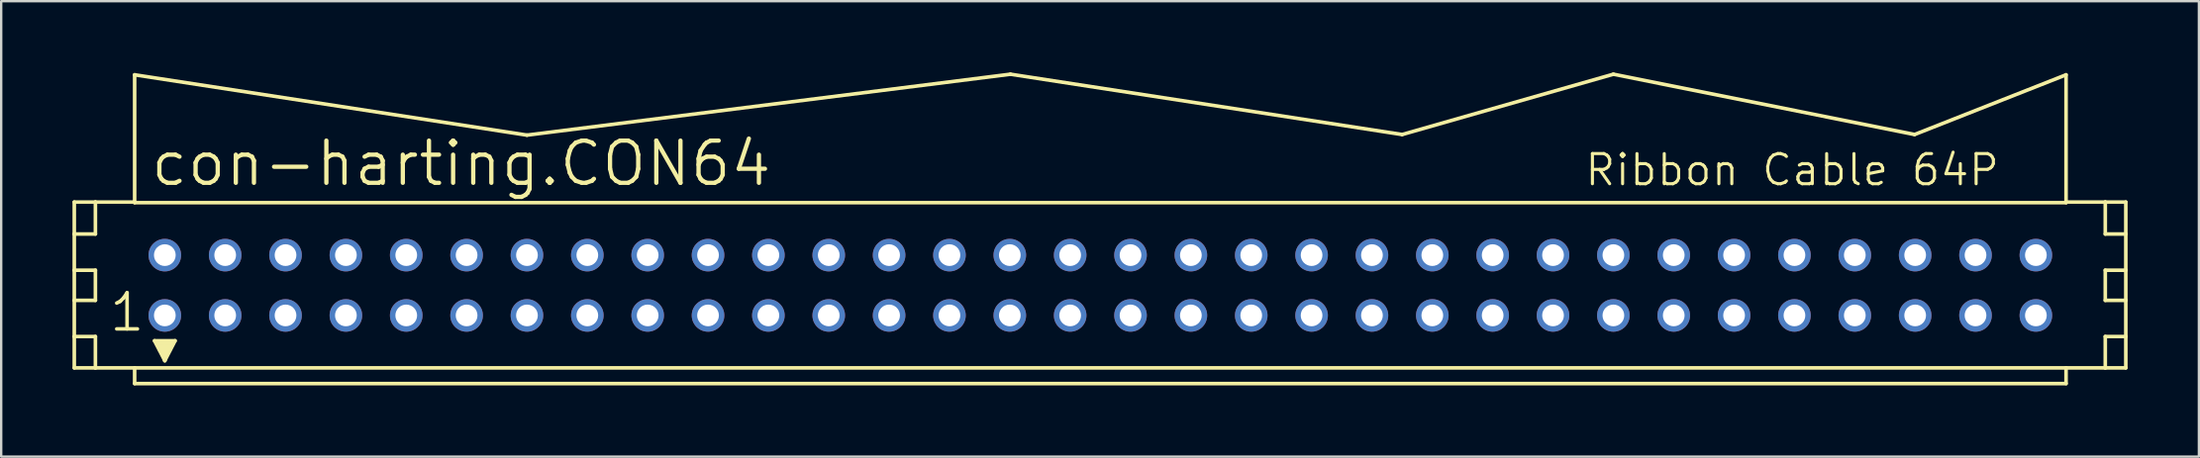
<source format=kicad_pcb>
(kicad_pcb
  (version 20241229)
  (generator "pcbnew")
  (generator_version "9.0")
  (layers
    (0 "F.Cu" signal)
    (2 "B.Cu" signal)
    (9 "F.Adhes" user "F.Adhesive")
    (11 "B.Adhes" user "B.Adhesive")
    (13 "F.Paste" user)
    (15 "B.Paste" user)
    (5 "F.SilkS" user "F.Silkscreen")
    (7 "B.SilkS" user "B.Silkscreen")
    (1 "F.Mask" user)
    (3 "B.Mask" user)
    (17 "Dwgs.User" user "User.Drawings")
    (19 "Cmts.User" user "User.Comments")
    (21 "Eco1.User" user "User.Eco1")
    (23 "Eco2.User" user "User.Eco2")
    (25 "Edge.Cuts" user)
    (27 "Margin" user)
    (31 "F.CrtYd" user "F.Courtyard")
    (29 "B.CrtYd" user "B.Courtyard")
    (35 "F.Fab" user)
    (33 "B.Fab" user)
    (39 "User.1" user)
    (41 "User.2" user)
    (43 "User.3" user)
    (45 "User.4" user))
  (footprint "con-harting.CON64"
    (layer "F.Cu")
    (at 43.256 8.966)
    (property "Reference" "con-harting.CON64" (at -40.056 -4.089 0) (layer "F.SilkS") (effects (font (size 1.778 1.778) (thickness 0.18)) (justify left bottom)))
    (attr through_hole)
    (fp_line (start -43.18 -3.505) (end -43.18 -2.159) (stroke (width 0.152) (type default)) (layer "F.SilkS"))
    (fp_line (start -43.18 -2.159) (end -43.18 -0.635) (stroke (width 0.152) (type default)) (layer "F.SilkS"))
    (fp_line (start -43.18 -2.159) (end -42.291 -2.159) (stroke (width 0.152) (type default)) (layer "F.SilkS"))
    (fp_line (start -43.18 -0.635) (end -43.18 0.635) (stroke (width 0.152) (type default)) (layer "F.SilkS"))
    (fp_line (start -43.18 -0.635) (end -42.291 -0.635) (stroke (width 0.152) (type default)) (layer "F.SilkS"))
    (fp_line (start -43.18 0.635) (end -43.18 2.159) (stroke (width 0.152) (type default)) (layer "F.SilkS"))
    (fp_line (start -43.18 0.635) (end -42.291 0.635) (stroke (width 0.152) (type default)) (layer "F.SilkS"))
    (fp_line (start -43.18 2.159) (end -43.18 3.48) (stroke (width 0.152) (type default)) (layer "F.SilkS"))
    (fp_line (start -43.18 2.159) (end -42.291 2.159) (stroke (width 0.152) (type default)) (layer "F.SilkS"))
    (fp_line (start -43.18 3.48) (end -42.291 3.48) (stroke (width 0.152) (type default)) (layer "F.SilkS"))
    (fp_line (start -42.291 -3.505) (end -43.18 -3.505) (stroke (width 0.152) (type default)) (layer "F.SilkS"))
    (fp_line (start -42.291 -3.505) (end -42.291 -2.159) (stroke (width 0.152) (type default)) (layer "F.SilkS"))
    (fp_line (start -42.291 -0.635) (end -42.291 0.635) (stroke (width 0.152) (type default)) (layer "F.SilkS"))
    (fp_line (start -42.291 2.159) (end -42.291 3.48) (stroke (width 0.152) (type default)) (layer "F.SilkS"))
    (fp_line (start -42.291 3.48) (end -40.64 3.48) (stroke (width 0.152) (type default)) (layer "F.SilkS"))
    (fp_line (start -40.64 -8.865) (end -24.13 -6.325) (stroke (width 0.152) (type default)) (layer "F.SilkS"))
    (fp_line (start -40.64 -3.505) (end -42.291 -3.505) (stroke (width 0.152) (type default)) (layer "F.SilkS"))
    (fp_line (start -40.64 -3.505) (end -40.64 -8.865) (stroke (width 0.152) (type default)) (layer "F.SilkS"))
    (fp_line (start -40.64 -3.48) (end -40.64 -3.505) (stroke (width 0.152) (type default)) (layer "F.SilkS"))
    (fp_line (start -40.64 3.48) (end -40.64 4.14) (stroke (width 0.152) (type default)) (layer "F.SilkS"))
    (fp_line (start -40.64 3.48) (end 40.64 3.48) (stroke (width 0.152) (type default)) (layer "F.SilkS"))
    (fp_line (start -40.64 4.14) (end 40.64 4.14) (stroke (width 0.152) (type default)) (layer "F.SilkS"))
    (fp_line (start -39.802 2.337) (end -38.938 2.337) (stroke (width 0.152) (type default)) (layer "F.SilkS"))
    (fp_line (start -39.37 3.175) (end -39.802 2.337) (stroke (width 0.152) (type default)) (layer "F.SilkS"))
    (fp_line (start -39.37 3.175) (end -39.37 2.921) (stroke (width 0.152) (type default)) (layer "F.SilkS"))
    (fp_line (start -38.938 2.337) (end -39.37 3.175) (stroke (width 0.152) (type default)) (layer "F.SilkS"))
    (fp_line (start -24.13 -6.325) (end -3.785 -8.89) (stroke (width 0.152) (type default)) (layer "F.SilkS"))
    (fp_line (start 12.7 -6.35) (end -3.785 -8.89) (stroke (width 0.152) (type default)) (layer "F.SilkS"))
    (fp_line (start 21.59 -8.89) (end 12.7 -6.35) (stroke (width 0.152) (type default)) (layer "F.SilkS"))
    (fp_line (start 34.265 -6.35) (end 21.59 -8.89) (stroke (width 0.152) (type default)) (layer "F.SilkS"))
    (fp_line (start 40.64 -8.865) (end 34.265 -6.35) (stroke (width 0.152) (type default)) (layer "F.SilkS"))
    (fp_line (start 40.64 -8.865) (end 40.64 -3.505) (stroke (width 0.152) (type default)) (layer "F.SilkS"))
    (fp_line (start 40.64 -3.505) (end 40.64 -3.48) (stroke (width 0.152) (type default)) (layer "F.SilkS"))
    (fp_line (start 40.64 -3.48) (end -40.64 -3.48) (stroke (width 0.152) (type default)) (layer "F.SilkS"))
    (fp_line (start 40.64 3.48) (end 42.291 3.48) (stroke (width 0.152) (type default)) (layer "F.SilkS"))
    (fp_line (start 40.64 4.14) (end 40.64 3.48) (stroke (width 0.152) (type default)) (layer "F.SilkS"))
    (fp_line (start 42.291 -3.505) (end 40.64 -3.505) (stroke (width 0.152) (type default)) (layer "F.SilkS"))
    (fp_line (start 42.291 -3.505) (end 42.291 -2.159) (stroke (width 0.152) (type default)) (layer "F.SilkS"))
    (fp_line (start 42.291 -2.159) (end 43.155 -2.159) (stroke (width 0.152) (type default)) (layer "F.SilkS"))
    (fp_line (start 42.291 -0.635) (end 42.291 0.635) (stroke (width 0.152) (type default)) (layer "F.SilkS"))
    (fp_line (start 42.291 -0.635) (end 43.155 -0.635) (stroke (width 0.152) (type default)) (layer "F.SilkS"))
    (fp_line (start 42.291 0.635) (end 43.155 0.635) (stroke (width 0.152) (type default)) (layer "F.SilkS"))
    (fp_line (start 42.291 2.159) (end 42.291 3.48) (stroke (width 0.152) (type default)) (layer "F.SilkS"))
    (fp_line (start 42.291 2.159) (end 43.155 2.159) (stroke (width 0.152) (type default)) (layer "F.SilkS"))
    (fp_line (start 42.291 3.48) (end 43.155 3.48) (stroke (width 0.152) (type default)) (layer "F.SilkS"))
    (fp_line (start 43.155 -3.505) (end 42.291 -3.505) (stroke (width 0.152) (type default)) (layer "F.SilkS"))
    (fp_line (start 43.155 -2.159) (end 43.155 -3.505) (stroke (width 0.152) (type default)) (layer "F.SilkS"))
    (fp_line (start 43.155 -0.635) (end 43.155 -2.159) (stroke (width 0.152) (type default)) (layer "F.SilkS"))
    (fp_line (start 43.155 0.635) (end 43.155 -0.635) (stroke (width 0.152) (type default)) (layer "F.SilkS"))
    (fp_line (start 43.155 2.159) (end 43.155 0.635) (stroke (width 0.152) (type default)) (layer "F.SilkS"))
    (fp_line (start 43.155 3.48) (end 43.155 2.159) (stroke (width 0.152) (type default)) (layer "F.SilkS"))
    (fp_rect (start -39.751 2.515) (end -39.37 2.388) (stroke (width 0.05) (type default)) (fill yes) (layer "F.SilkS"))
    (fp_rect (start -39.624 2.769) (end -39.116 2.515) (stroke (width 0.05) (type default)) (fill yes) (layer "F.SilkS"))
    (fp_rect (start -39.497 2.972) (end -39.243 2.718) (stroke (width 0.05) (type default)) (fill yes) (layer "F.SilkS"))
    (fp_rect (start -39.37 2.515) (end -38.989 2.388) (stroke (width 0.05) (type default)) (fill yes) (layer "F.SilkS"))
    (fp_text user "1" (at -41.783 2.032 0) (layer "F.SilkS") (effects (font (size 1.524 1.524) (thickness 0.15)) (justify left bottom)))
    (fp_text user "Ribbon Cable 64P" (at 20.32 -4.115 0) (layer "F.SilkS") (effects (font (size 1.27 1.27) (thickness 0.13)) (justify left bottom)))
    (pad "1" thru_hole circle (at -39.37 1.27) (size 1.372 1.372) (drill 0.914) (layers "*.Cu" "*.Mask"))
    (pad "2" thru_hole circle (at -39.37 -1.27) (size 1.372 1.372) (drill 0.914) (layers "*.Cu" "*.Mask"))
    (pad "3" thru_hole circle (at -36.83 1.27) (size 1.372 1.372) (drill 0.914) (layers "*.Cu" "*.Mask"))
    (pad "4" thru_hole circle (at -36.83 -1.27) (size 1.372 1.372) (drill 0.914) (layers "*.Cu" "*.Mask"))
    (pad "5" thru_hole circle (at -34.29 1.27) (size 1.372 1.372) (drill 0.914) (layers "*.Cu" "*.Mask"))
    (pad "6" thru_hole circle (at -34.29 -1.27) (size 1.372 1.372) (drill 0.914) (layers "*.Cu" "*.Mask"))
    (pad "7" thru_hole circle (at -31.75 1.27) (size 1.372 1.372) (drill 0.914) (layers "*.Cu" "*.Mask"))
    (pad "8" thru_hole circle (at -31.75 -1.27) (size 1.372 1.372) (drill 0.914) (layers "*.Cu" "*.Mask"))
    (pad "9" thru_hole circle (at -29.21 1.27) (size 1.372 1.372) (drill 0.914) (layers "*.Cu" "*.Mask"))
    (pad "10" thru_hole circle (at -29.21 -1.27) (size 1.372 1.372) (drill 0.914) (layers "*.Cu" "*.Mask"))
    (pad "11" thru_hole circle (at -26.67 1.27) (size 1.372 1.372) (drill 0.914) (layers "*.Cu" "*.Mask"))
    (pad "12" thru_hole circle (at -26.67 -1.27) (size 1.372 1.372) (drill 0.914) (layers "*.Cu" "*.Mask"))
    (pad "13" thru_hole circle (at -24.13 1.27) (size 1.372 1.372) (drill 0.914) (layers "*.Cu" "*.Mask"))
    (pad "14" thru_hole circle (at -24.13 -1.27) (size 1.372 1.372) (drill 0.914) (layers "*.Cu" "*.Mask"))
    (pad "15" thru_hole circle (at -21.59 1.27) (size 1.372 1.372) (drill 0.914) (layers "*.Cu" "*.Mask"))
    (pad "16" thru_hole circle (at -21.59 -1.27) (size 1.372 1.372) (drill 0.914) (layers "*.Cu" "*.Mask"))
    (pad "17" thru_hole circle (at -19.05 1.27) (size 1.372 1.372) (drill 0.914) (layers "*.Cu" "*.Mask"))
    (pad "18" thru_hole circle (at -19.05 -1.27) (size 1.372 1.372) (drill 0.914) (layers "*.Cu" "*.Mask"))
    (pad "19" thru_hole circle (at -16.51 1.27) (size 1.372 1.372) (drill 0.914) (layers "*.Cu" "*.Mask"))
    (pad "20" thru_hole circle (at -16.51 -1.27) (size 1.372 1.372) (drill 0.914) (layers "*.Cu" "*.Mask"))
    (pad "21" thru_hole circle (at -13.97 1.27) (size 1.372 1.372) (drill 0.914) (layers "*.Cu" "*.Mask"))
    (pad "22" thru_hole circle (at -13.97 -1.27) (size 1.372 1.372) (drill 0.914) (layers "*.Cu" "*.Mask"))
    (pad "23" thru_hole circle (at -11.43 1.27) (size 1.372 1.372) (drill 0.914) (layers "*.Cu" "*.Mask"))
    (pad "24" thru_hole circle (at -11.43 -1.27) (size 1.372 1.372) (drill 0.914) (layers "*.Cu" "*.Mask"))
    (pad "25" thru_hole circle (at -8.89 1.27) (size 1.372 1.372) (drill 0.914) (layers "*.Cu" "*.Mask"))
    (pad "26" thru_hole circle (at -8.89 -1.27) (size 1.372 1.372) (drill 0.914) (layers "*.Cu" "*.Mask"))
    (pad "27" thru_hole circle (at -6.35 1.27) (size 1.372 1.372) (drill 0.914) (layers "*.Cu" "*.Mask"))
    (pad "28" thru_hole circle (at -6.35 -1.27) (size 1.372 1.372) (drill 0.914) (layers "*.Cu" "*.Mask"))
    (pad "29" thru_hole circle (at -3.81 1.27) (size 1.372 1.372) (drill 0.914) (layers "*.Cu" "*.Mask"))
    (pad "30" thru_hole circle (at -3.81 -1.27) (size 1.372 1.372) (drill 0.914) (layers "*.Cu" "*.Mask"))
    (pad "31" thru_hole circle (at -1.27 1.27) (size 1.372 1.372) (drill 0.914) (layers "*.Cu" "*.Mask"))
    (pad "32" thru_hole circle (at -1.27 -1.27) (size 1.372 1.372) (drill 0.914) (layers "*.Cu" "*.Mask"))
    (pad "33" thru_hole circle (at 1.27 1.27) (size 1.372 1.372) (drill 0.914) (layers "*.Cu" "*.Mask"))
    (pad "34" thru_hole circle (at 1.27 -1.27) (size 1.372 1.372) (drill 0.914) (layers "*.Cu" "*.Mask"))
    (pad "35" thru_hole circle (at 3.81 1.27) (size 1.372 1.372) (drill 0.914) (layers "*.Cu" "*.Mask"))
    (pad "36" thru_hole circle (at 3.81 -1.27) (size 1.372 1.372) (drill 0.914) (layers "*.Cu" "*.Mask"))
    (pad "37" thru_hole circle (at 6.35 1.27) (size 1.372 1.372) (drill 0.914) (layers "*.Cu" "*.Mask"))
    (pad "38" thru_hole circle (at 6.35 -1.27) (size 1.372 1.372) (drill 0.914) (layers "*.Cu" "*.Mask"))
    (pad "39" thru_hole circle (at 8.89 1.27) (size 1.372 1.372) (drill 0.914) (layers "*.Cu" "*.Mask"))
    (pad "40" thru_hole circle (at 8.89 -1.27) (size 1.372 1.372) (drill 0.914) (layers "*.Cu" "*.Mask"))
    (pad "41" thru_hole circle (at 11.43 1.27) (size 1.372 1.372) (drill 0.914) (layers "*.Cu" "*.Mask"))
    (pad "42" thru_hole circle (at 11.43 -1.27) (size 1.372 1.372) (drill 0.914) (layers "*.Cu" "*.Mask"))
    (pad "43" thru_hole circle (at 13.97 1.27) (size 1.372 1.372) (drill 0.914) (layers "*.Cu" "*.Mask"))
    (pad "44" thru_hole circle (at 13.97 -1.27) (size 1.372 1.372) (drill 0.914) (layers "*.Cu" "*.Mask"))
    (pad "45" thru_hole circle (at 16.51 1.27) (size 1.372 1.372) (drill 0.914) (layers "*.Cu" "*.Mask"))
    (pad "46" thru_hole circle (at 16.51 -1.27) (size 1.372 1.372) (drill 0.914) (layers "*.Cu" "*.Mask"))
    (pad "47" thru_hole circle (at 19.05 1.27) (size 1.372 1.372) (drill 0.914) (layers "*.Cu" "*.Mask"))
    (pad "48" thru_hole circle (at 19.05 -1.27) (size 1.372 1.372) (drill 0.914) (layers "*.Cu" "*.Mask"))
    (pad "49" thru_hole circle (at 21.59 1.27) (size 1.372 1.372) (drill 0.914) (layers "*.Cu" "*.Mask"))
    (pad "50" thru_hole circle (at 21.59 -1.27) (size 1.372 1.372) (drill 0.914) (layers "*.Cu" "*.Mask"))
    (pad "51" thru_hole circle (at 24.13 1.27) (size 1.372 1.372) (drill 0.914) (layers "*.Cu" "*.Mask"))
    (pad "52" thru_hole circle (at 24.13 -1.27) (size 1.372 1.372) (drill 0.914) (layers "*.Cu" "*.Mask"))
    (pad "53" thru_hole circle (at 26.67 1.27) (size 1.372 1.372) (drill 0.914) (layers "*.Cu" "*.Mask"))
    (pad "54" thru_hole circle (at 26.67 -1.27) (size 1.372 1.372) (drill 0.914) (layers "*.Cu" "*.Mask"))
    (pad "55" thru_hole circle (at 29.21 1.27) (size 1.372 1.372) (drill 0.914) (layers "*.Cu" "*.Mask"))
    (pad "56" thru_hole circle (at 29.21 -1.27) (size 1.372 1.372) (drill 0.914) (layers "*.Cu" "*.Mask"))
    (pad "57" thru_hole circle (at 31.75 1.27) (size 1.372 1.372) (drill 0.914) (layers "*.Cu" "*.Mask"))
    (pad "58" thru_hole circle (at 31.75 -1.27) (size 1.372 1.372) (drill 0.914) (layers "*.Cu" "*.Mask"))
    (pad "59" thru_hole circle (at 34.29 1.27) (size 1.372 1.372) (drill 0.914) (layers "*.Cu" "*.Mask"))
    (pad "60" thru_hole circle (at 34.29 -1.27) (size 1.372 1.372) (drill 0.914) (layers "*.Cu" "*.Mask"))
    (pad "61" thru_hole circle (at 36.83 1.27) (size 1.372 1.372) (drill 0.914) (layers "*.Cu" "*.Mask"))
    (pad "62" thru_hole circle (at 36.83 -1.27) (size 1.372 1.372) (drill 0.914) (layers "*.Cu" "*.Mask"))
    (pad "63" thru_hole circle (at 39.37 1.27) (size 1.372 1.372) (drill 0.914) (layers "*.Cu" "*.Mask"))
    (pad "64" thru_hole circle (at 39.37 -1.27) (size 1.372 1.372) (drill 0.914) (layers "*.Cu" "*.Mask")))
  (gr_rect
    (start -3 -3)
    (end 89.487 16.183)
    (stroke (width 0.1) (type default))
    (fill no)
    (layer "Edge.Cuts")))
</source>
